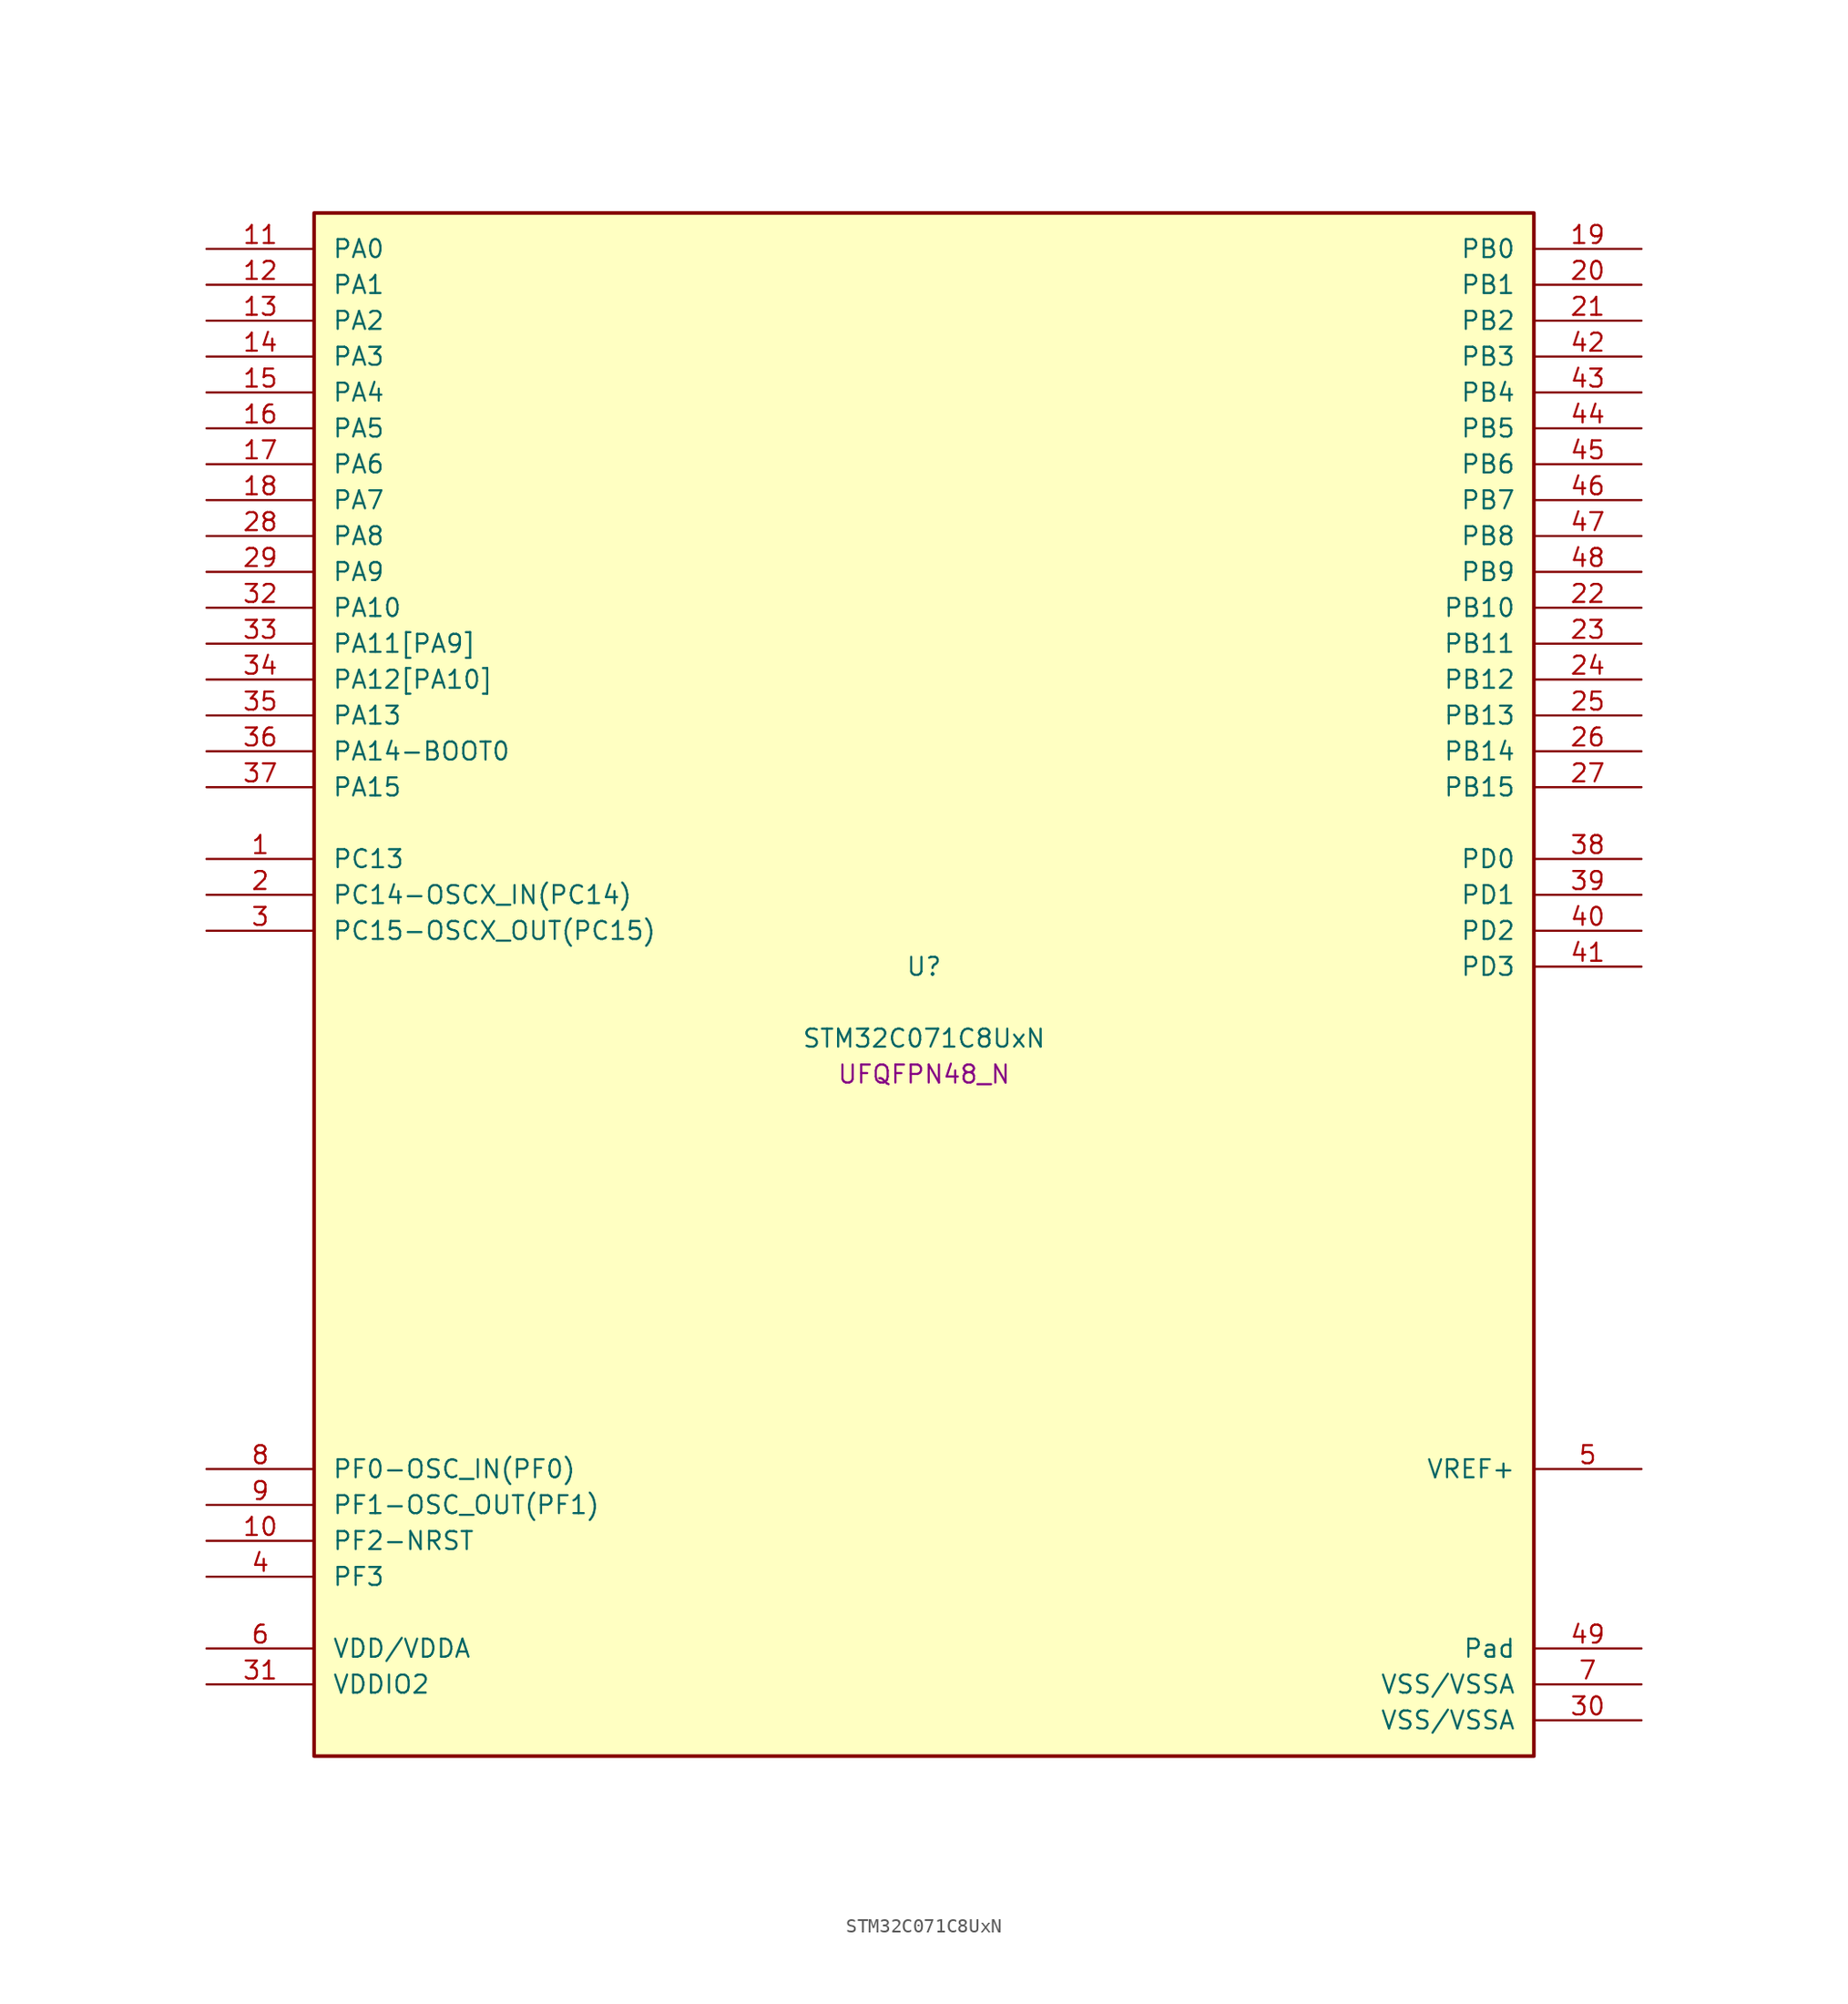
<source format=kicad_sym>
(kicad_symbol_lib
  (version 20241209)
  (generator "stm32_pkl_generator")
  (generator_version "1.0")
  (symbol "STM32C071C8UxN"
    (pin_names
      (offset 1.27))
    (property "Reference" "U"
      (at 0 2.54 0))
    (property "Value" "STM32C071C8UxN"
      (at 0 -2.54 0))
    (property "Footprint" "UFQFPN48_N"
      (at 0 -5.08 0))
    (symbol "STM32C071C8UxN_1_1"
      (rectangle (start -43.18 55.88) (end 43.18 -53.34) (stroke (width 0.254) (type solid)) (fill (type background)))
      (pin bidirectional line (at -50.8 53.34 0) (length 7.62) (name "PA0") (number "11") (alternate "PA0/ADC1_IN0" bidirectional line) (alternate "PA0/PWR_WKUP1" bidirectional line) (alternate "PA0/SPI2_SCK" bidirectional line) (alternate "PA0/TIM16_CH1" bidirectional line) (alternate "PA0/TIM1_CH1" bidirectional line) (alternate "PA0/TIM2_CH1" bidirectional line) (alternate "PA0/TIM2_ETR" bidirectional line) (alternate "PA0/USART1_TX" bidirectional line) (alternate "PA0/USART2_CTS" bidirectional line) (alternate "PA0/USART2_NSS" bidirectional line))
      (pin bidirectional line (at -50.8 50.8 0) (length 7.62) (name "PA1") (number "12") (alternate "PA1/ADC1_IN1" bidirectional line) (alternate "PA1/I2C1_SMBA" bidirectional line) (alternate "PA1/I2S1_CK" bidirectional line) (alternate "PA1/SPI1_SCK" bidirectional line) (alternate "PA1/TIM17_CH1" bidirectional line) (alternate "PA1/TIM1_CH2" bidirectional line) (alternate "PA1/TIM2_CH2" bidirectional line) (alternate "PA1/USART1_RX" bidirectional line) (alternate "PA1/USART2_CK" bidirectional line) (alternate "PA1/USART2_DE" bidirectional line) (alternate "PA1/USART2_RTS" bidirectional line))
      (pin bidirectional line (at -50.8 48.26 0) (length 7.62) (name "PA2") (number "13") (alternate "PA2/ADC1_IN2" bidirectional line) (alternate "PA2/I2S1_SD" bidirectional line) (alternate "PA2/PWR_WKUP4" bidirectional line) (alternate "PA2/RCC_LSCO" bidirectional line) (alternate "PA2/SPI1_MOSI" bidirectional line) (alternate "PA2/TIM16_CH1N" bidirectional line) (alternate "PA2/TIM1_CH3" bidirectional line) (alternate "PA2/TIM2_CH3" bidirectional line) (alternate "PA2/TIM3_ETR" bidirectional line) (alternate "PA2/USART2_TX" bidirectional line))
      (pin bidirectional line (at -50.8 45.72 0) (length 7.62) (name "PA3") (number "14") (alternate "PA3/ADC1_IN3" bidirectional line) (alternate "PA3/SPI2_MISO" bidirectional line) (alternate "PA3/TIM1_CH1N" bidirectional line) (alternate "PA3/TIM1_CH4" bidirectional line) (alternate "PA3/TIM2_CH4" bidirectional line) (alternate "PA3/USART2_RX" bidirectional line))
      (pin bidirectional line (at -50.8 43.18 0) (length 7.62) (name "PA4") (number "15") (alternate "PA4/ADC1_IN4" bidirectional line) (alternate "PA4/I2S1_WS" bidirectional line) (alternate "PA4/RTC_OUT2" bidirectional line) (alternate "PA4/SPI1_NSS" bidirectional line) (alternate "PA4/SPI2_MOSI" bidirectional line) (alternate "PA4/TIM14_CH1" bidirectional line) (alternate "PA4/TIM17_CH1N" bidirectional line) (alternate "PA4/TIM1_CH2N" bidirectional line) (alternate "PA4/USART2_TX" bidirectional line) (alternate "PA4/USB_NOE" bidirectional line))
      (pin bidirectional line (at -50.8 40.64 0) (length 7.62) (name "PA5") (number "16") (alternate "PA5/ADC1_IN5" bidirectional line) (alternate "PA5/I2S1_CK" bidirectional line) (alternate "PA5/SPI1_SCK" bidirectional line) (alternate "PA5/TIM1_CH1" bidirectional line) (alternate "PA5/TIM1_CH3N" bidirectional line) (alternate "PA5/TIM2_CH1" bidirectional line) (alternate "PA5/TIM2_ETR" bidirectional line) (alternate "PA5/USART2_RX" bidirectional line))
      (pin bidirectional line (at -50.8 38.1 0) (length 7.62) (name "PA6") (number "17") (alternate "PA6/ADC1_IN6" bidirectional line) (alternate "PA6/I2C2_SDA" bidirectional line) (alternate "PA6/I2S1_MCK" bidirectional line) (alternate "PA6/SPI1_MISO" bidirectional line) (alternate "PA6/TIM16_CH1" bidirectional line) (alternate "PA6/TIM1_BKIN" bidirectional line) (alternate "PA6/TIM3_CH1" bidirectional line))
      (pin bidirectional line (at -50.8 35.56 0) (length 7.62) (name "PA7") (number "18") (alternate "PA7/ADC1_IN7" bidirectional line) (alternate "PA7/I2C2_SCL" bidirectional line) (alternate "PA7/I2S1_SD" bidirectional line) (alternate "PA7/SPI1_MOSI" bidirectional line) (alternate "PA7/TIM14_CH1" bidirectional line) (alternate "PA7/TIM17_CH1" bidirectional line) (alternate "PA7/TIM1_CH1N" bidirectional line) (alternate "PA7/TIM3_CH2" bidirectional line))
      (pin bidirectional line (at -50.8 33.02 0) (length 7.62) (name "PA8") (number "28") (alternate "PA8/ADC1_IN8" bidirectional line) (alternate "PA8/CRS_SYNC" bidirectional line) (alternate "PA8/I2S1_WS" bidirectional line) (alternate "PA8/RCC_MCO" bidirectional line) (alternate "PA8/RCC_MCO_2" bidirectional line) (alternate "PA8/SPI1_NSS" bidirectional line) (alternate "PA8/SPI2_MISO" bidirectional line) (alternate "PA8/SPI2_NSS" bidirectional line) (alternate "PA8/TIM14_CH1" bidirectional line) (alternate "PA8/TIM1_CH1" bidirectional line) (alternate "PA8/TIM1_CH2N" bidirectional line) (alternate "PA8/TIM1_CH3N" bidirectional line) (alternate "PA8/TIM3_CH3" bidirectional line) (alternate "PA8/TIM3_CH4" bidirectional line) (alternate "PA8/USART1_RX" bidirectional line) (alternate "PA8/USART2_TX" bidirectional line))
      (pin bidirectional line (at -50.8 30.48 0) (length 7.62) (name "PA9") (number "29") (alternate "PA9/I2C1_SCL" bidirectional line) (alternate "PA9/I2C2_SCL" bidirectional line) (alternate "PA9/RCC_MCO" bidirectional line) (alternate "PA9/SPI2_MISO" bidirectional line) (alternate "PA9/TIM1_CH2" bidirectional line) (alternate "PA9/TIM3_ETR" bidirectional line) (alternate "PA9/USART1_TX" bidirectional line) (alternate "PA9/NC" bidirectional line))
      (pin bidirectional line (at -50.8 27.94 0) (length 7.62) (name "PA10") (number "32") (alternate "PA10/I2C1_SDA" bidirectional line) (alternate "PA10/I2C2_SDA" bidirectional line) (alternate "PA10/RCC_MCO_2" bidirectional line) (alternate "PA10/SPI2_MOSI" bidirectional line) (alternate "PA10/TIM17_BKIN" bidirectional line) (alternate "PA10/TIM1_CH3" bidirectional line) (alternate "PA10/USART1_RX" bidirectional line) (alternate "PA10/NC" bidirectional line))
      (pin bidirectional line (at -50.8 25.4 0) (length 7.62) (name "PA11[PA9]") (number "33") (alternate "PA11[PA9]/ADC1_EXTI11" bidirectional line) (alternate "PA11[PA9]/I2C2_SCL" bidirectional line) (alternate "PA11[PA9]/I2S1_MCK" bidirectional line) (alternate "PA11[PA9]/SPI1_MISO" bidirectional line) (alternate "PA11[PA9]/TIM1_BKIN2" bidirectional line) (alternate "PA11[PA9]/TIM1_CH4" bidirectional line) (alternate "PA11[PA9]/USART1_CTS" bidirectional line) (alternate "PA11[PA9]/USART1_NSS" bidirectional line) (alternate "PA11[PA9]/USB_DM" bidirectional line) (alternate "PA11[PA9]/PA9[PA11]" bidirectional line) (alternate "PA11[PA9]/I2C1_SCL" bidirectional line) (alternate "PA11[PA9]/RCC_MCO" bidirectional line) (alternate "PA11[PA9]/SPI2_MISO" bidirectional line) (alternate "PA11[PA9]/TIM1_CH2" bidirectional line) (alternate "PA11[PA9]/TIM3_ETR" bidirectional line) (alternate "PA11[PA9]/USART1_TX" bidirectional line))
      (pin bidirectional line (at -50.8 22.86 0) (length 7.62) (name "PA12[PA10]") (number "34") (alternate "PA12[PA10]/I2C2_SDA" bidirectional line) (alternate "PA12[PA10]/I2S1_SD" bidirectional line) (alternate "PA12[PA10]/I2S_CKIN" bidirectional line) (alternate "PA12[PA10]/SPI1_MOSI" bidirectional line) (alternate "PA12[PA10]/TIM1_ETR" bidirectional line) (alternate "PA12[PA10]/USART1_CK" bidirectional line) (alternate "PA12[PA10]/USART1_DE" bidirectional line) (alternate "PA12[PA10]/USART1_RTS" bidirectional line) (alternate "PA12[PA10]/USB_DP" bidirectional line) (alternate "PA12[PA10]/PA10[PA12]" bidirectional line) (alternate "PA12[PA10]/I2C1_SDA" bidirectional line) (alternate "PA12[PA10]/RCC_MCO_2" bidirectional line) (alternate "PA12[PA10]/SPI2_MOSI" bidirectional line) (alternate "PA12[PA10]/TIM17_BKIN" bidirectional line) (alternate "PA12[PA10]/TIM1_CH3" bidirectional line) (alternate "PA12[PA10]/USART1_RX" bidirectional line))
      (pin bidirectional line (at -50.8 20.32 0) (length 7.62) (name "PA13") (number "35") (alternate "PA13/ADC1_IN13" bidirectional line) (alternate "PA13/DEBUG_SWDIO" bidirectional line) (alternate "PA13/IR_OUT" bidirectional line) (alternate "PA13/TIM3_ETR" bidirectional line) (alternate "PA13/USART2_RX" bidirectional line) (alternate "PA13/USB_NOE" bidirectional line))
      (pin bidirectional line (at -50.8 17.78 0) (length 7.62) (name "PA14-BOOT0") (number "36") (alternate "PA14-BOOT0/ADC1_IN14" bidirectional line) (alternate "PA14-BOOT0/DEBUG_SWCLK" bidirectional line) (alternate "PA14-BOOT0/I2S1_WS" bidirectional line) (alternate "PA14-BOOT0/RCC_MCO_2" bidirectional line) (alternate "PA14-BOOT0/SPI1_NSS" bidirectional line) (alternate "PA14-BOOT0/TIM1_CH1" bidirectional line) (alternate "PA14-BOOT0/USART1_CK" bidirectional line) (alternate "PA14-BOOT0/USART1_DE" bidirectional line) (alternate "PA14-BOOT0/USART1_RTS" bidirectional line) (alternate "PA14-BOOT0/USART2_RX" bidirectional line) (alternate "PA14-BOOT0/USART2_TX" bidirectional line))
      (pin bidirectional line (at -50.8 15.24 0) (length 7.62) (name "PA15") (number "37") (alternate "PA15/I2S1_WS" bidirectional line) (alternate "PA15/RCC_MCO_2" bidirectional line) (alternate "PA15/SPI1_NSS" bidirectional line) (alternate "PA15/TIM1_CH1" bidirectional line) (alternate "PA15/TIM2_CH1" bidirectional line) (alternate "PA15/TIM2_ETR" bidirectional line) (alternate "PA15/USART1_CK" bidirectional line) (alternate "PA15/USART1_DE" bidirectional line) (alternate "PA15/USART1_RTS" bidirectional line) (alternate "PA15/USART2_RX" bidirectional line) (alternate "PA15/USB_NOE" bidirectional line))
      (pin bidirectional line (at 50.8 53.34 180) (length 7.62) (name "PB0") (number "19") (alternate "PB0/ADC1_IN17" bidirectional line) (alternate "PB0/I2S1_WS" bidirectional line) (alternate "PB0/SPI1_NSS" bidirectional line) (alternate "PB0/TIM1_CH2N" bidirectional line) (alternate "PB0/TIM3_CH3" bidirectional line))
      (pin bidirectional line (at 50.8 50.8 180) (length 7.62) (name "PB1") (number "20") (alternate "PB1/ADC1_IN18" bidirectional line) (alternate "PB1/TIM14_CH1" bidirectional line) (alternate "PB1/TIM1_CH2N" bidirectional line) (alternate "PB1/TIM1_CH3N" bidirectional line) (alternate "PB1/TIM3_CH4" bidirectional line))
      (pin bidirectional line (at 50.8 48.26 180) (length 7.62) (name "PB2") (number "21") (alternate "PB2/ADC1_IN19" bidirectional line) (alternate "PB2/RCC_MCO_2" bidirectional line) (alternate "PB2/SPI2_MISO" bidirectional line) (alternate "PB2/USART1_RX" bidirectional line))
      (pin bidirectional line (at 50.8 45.72 180) (length 7.62) (name "PB3") (number "42") (alternate "PB3/I2C2_SCL" bidirectional line) (alternate "PB3/I2S1_CK" bidirectional line) (alternate "PB3/SPI1_SCK" bidirectional line) (alternate "PB3/TIM1_CH2" bidirectional line) (alternate "PB3/TIM2_CH2" bidirectional line) (alternate "PB3/TIM3_CH2" bidirectional line) (alternate "PB3/USART1_CK" bidirectional line) (alternate "PB3/USART1_DE" bidirectional line) (alternate "PB3/USART1_RTS" bidirectional line))
      (pin bidirectional line (at 50.8 43.18 180) (length 7.62) (name "PB4") (number "43") (alternate "PB4/I2C2_SDA" bidirectional line) (alternate "PB4/I2S1_MCK" bidirectional line) (alternate "PB4/SPI1_MISO" bidirectional line) (alternate "PB4/TIM17_BKIN" bidirectional line) (alternate "PB4/TIM3_CH1" bidirectional line) (alternate "PB4/USART1_CTS" bidirectional line) (alternate "PB4/USART1_NSS" bidirectional line))
      (pin bidirectional line (at 50.8 40.64 180) (length 7.62) (name "PB5") (number "44") (alternate "PB5/I2C1_SMBA" bidirectional line) (alternate "PB5/I2S1_SD" bidirectional line) (alternate "PB5/PWR_WKUP6" bidirectional line) (alternate "PB5/SPI1_MOSI" bidirectional line) (alternate "PB5/TIM16_BKIN" bidirectional line) (alternate "PB5/TIM3_CH2" bidirectional line) (alternate "PB5/TIM3_CH3" bidirectional line))
      (pin bidirectional line (at 50.8 38.1 180) (length 7.62) (name "PB6") (number "45") (alternate "PB6/I2C1_SCL" bidirectional line) (alternate "PB6/I2C1_SMBA" bidirectional line) (alternate "PB6/I2S1_CK" bidirectional line) (alternate "PB6/I2S1_MCK" bidirectional line) (alternate "PB6/I2S1_SD" bidirectional line) (alternate "PB6/PWR_WKUP3" bidirectional line) (alternate "PB6/SPI1_MISO" bidirectional line) (alternate "PB6/SPI1_MOSI" bidirectional line) (alternate "PB6/SPI1_SCK" bidirectional line) (alternate "PB6/SPI2_MISO" bidirectional line) (alternate "PB6/TIM16_BKIN" bidirectional line) (alternate "PB6/TIM16_CH1N" bidirectional line) (alternate "PB6/TIM17_BKIN" bidirectional line) (alternate "PB6/TIM1_CH2" bidirectional line) (alternate "PB6/TIM1_CH3" bidirectional line) (alternate "PB6/TIM3_CH1" bidirectional line) (alternate "PB6/TIM3_CH2" bidirectional line) (alternate "PB6/TIM3_CH3" bidirectional line) (alternate "PB6/USART1_CTS" bidirectional line) (alternate "PB6/USART1_NSS" bidirectional line) (alternate "PB6/USART1_TX" bidirectional line))
      (pin bidirectional line (at 50.8 35.56 180) (length 7.62) (name "PB7") (number "46") (alternate "PB7/I2C1_SCL" bidirectional line) (alternate "PB7/I2C1_SDA" bidirectional line) (alternate "PB7/SPI2_MOSI" bidirectional line) (alternate "PB7/TIM16_CH1" bidirectional line) (alternate "PB7/TIM17_CH1N" bidirectional line) (alternate "PB7/TIM1_CH4" bidirectional line) (alternate "PB7/TIM3_CH1" bidirectional line) (alternate "PB7/TIM3_CH4" bidirectional line) (alternate "PB7/USART1_RX" bidirectional line) (alternate "PB7/USART2_CTS" bidirectional line) (alternate "PB7/USART2_NSS" bidirectional line))
      (pin bidirectional line (at 50.8 33.02 180) (length 7.62) (name "PB8") (number "47") (alternate "PB8/I2C1_SCL" bidirectional line) (alternate "PB8/SPI2_SCK" bidirectional line) (alternate "PB8/TIM16_CH1" bidirectional line) (alternate "PB8/TIM3_CH1" bidirectional line) (alternate "PB8/USART2_CTS" bidirectional line) (alternate "PB8/USART2_NSS" bidirectional line))
      (pin bidirectional line (at 50.8 30.48 180) (length 7.62) (name "PB9") (number "48") (alternate "PB9/I2C1_SDA" bidirectional line) (alternate "PB9/IR_OUT" bidirectional line) (alternate "PB9/SPI2_NSS" bidirectional line) (alternate "PB9/TIM17_CH1" bidirectional line) (alternate "PB9/TIM3_CH2" bidirectional line) (alternate "PB9/USART2_CK" bidirectional line) (alternate "PB9/USART2_DE" bidirectional line) (alternate "PB9/USART2_RTS" bidirectional line))
      (pin bidirectional line (at 50.8 27.94 180) (length 7.62) (name "PB10") (number "22") (alternate "PB10/ADC1_IN20" bidirectional line) (alternate "PB10/I2C2_SCL" bidirectional line) (alternate "PB10/SPI2_SCK" bidirectional line) (alternate "PB10/TIM2_CH3" bidirectional line))
      (pin bidirectional line (at 50.8 25.4 180) (length 7.62) (name "PB11") (number "23") (alternate "PB11/ADC1_EXTI11" bidirectional line) (alternate "PB11/ADC1_IN21" bidirectional line) (alternate "PB11/I2C2_SDA" bidirectional line) (alternate "PB11/SPI2_MOSI" bidirectional line) (alternate "PB11/TIM2_CH4" bidirectional line))
      (pin bidirectional line (at 50.8 22.86 180) (length 7.62) (name "PB12") (number "24") (alternate "PB12/ADC1_IN22" bidirectional line) (alternate "PB12/SPI2_NSS" bidirectional line) (alternate "PB12/TIM1_BKIN" bidirectional line) (alternate "PB12/TIM1_BKIN2" bidirectional line))
      (pin bidirectional line (at 50.8 20.32 180) (length 7.62) (name "PB13") (number "25") (alternate "PB13/I2C2_SCL" bidirectional line) (alternate "PB13/SPI2_SCK" bidirectional line) (alternate "PB13/TIM1_CH1N" bidirectional line))
      (pin bidirectional line (at 50.8 17.78 180) (length 7.62) (name "PB14") (number "26") (alternate "PB14/I2C2_SDA" bidirectional line) (alternate "PB14/SPI2_MISO" bidirectional line) (alternate "PB14/TIM1_CH2N" bidirectional line))
      (pin bidirectional line (at 50.8 15.24 180) (length 7.62) (name "PB15") (number "27") (alternate "PB15/RTC_REFIN" bidirectional line) (alternate "PB15/SPI2_MOSI" bidirectional line) (alternate "PB15/TIM1_CH3N" bidirectional line))
      (pin bidirectional line (at -50.8 10.16 0) (length 7.62) (name "PC13") (number "1") (alternate "PC13/PWR_WKUP2" bidirectional line) (alternate "PC13/RTC_OUT1" bidirectional line) (alternate "PC13/RTC_TS" bidirectional line) (alternate "PC13/TIM1_BKIN" bidirectional line) (alternate "PC13/TIM1_ETR" bidirectional line))
      (pin bidirectional line (at -50.8 7.62 0) (length 7.62) (name "PC14-OSCX_IN(PC14)") (number "2") (alternate "PC14-OSCX_IN(PC14)/I2C1_SDA" bidirectional line) (alternate "PC14-OSCX_IN(PC14)/IR_OUT" bidirectional line) (alternate "PC14-OSCX_IN(PC14)/RCC_OSCX_IN" bidirectional line) (alternate "PC14-OSCX_IN(PC14)/SPI2_NSS" bidirectional line) (alternate "PC14-OSCX_IN(PC14)/TIM17_CH1" bidirectional line) (alternate "PC14-OSCX_IN(PC14)/TIM1_BKIN2" bidirectional line) (alternate "PC14-OSCX_IN(PC14)/TIM1_ETR" bidirectional line) (alternate "PC14-OSCX_IN(PC14)/TIM3_CH2" bidirectional line) (alternate "PC14-OSCX_IN(PC14)/USART1_TX" bidirectional line) (alternate "PC14-OSCX_IN(PC14)/USART2_CK" bidirectional line) (alternate "PC14-OSCX_IN(PC14)/USART2_DE" bidirectional line) (alternate "PC14-OSCX_IN(PC14)/USART2_RTS" bidirectional line))
      (pin bidirectional line (at -50.8 5.08 0) (length 7.62) (name "PC15-OSCX_OUT(PC15)") (number "3") (alternate "PC15-OSCX_OUT(PC15)/RCC_OSC32_EN" bidirectional line) (alternate "PC15-OSCX_OUT(PC15)/RCC_OSCX_OUT" bidirectional line) (alternate "PC15-OSCX_OUT(PC15)/RCC_OSC_EN" bidirectional line) (alternate "PC15-OSCX_OUT(PC15)/TIM1_ETR" bidirectional line) (alternate "PC15-OSCX_OUT(PC15)/TIM3_CH3" bidirectional line))
      (pin bidirectional line (at 50.8 10.16 180) (length 7.62) (name "PD0") (number "38") (alternate "PD0/SPI2_NSS" bidirectional line) (alternate "PD0/TIM16_CH1" bidirectional line))
      (pin bidirectional line (at 50.8 7.62 180) (length 7.62) (name "PD1") (number "39") (alternate "PD1/SPI2_SCK" bidirectional line) (alternate "PD1/TIM17_CH1" bidirectional line))
      (pin bidirectional line (at 50.8 5.08 180) (length 7.62) (name "PD2") (number "40") (alternate "PD2/TIM1_CH1N" bidirectional line) (alternate "PD2/TIM3_ETR" bidirectional line))
      (pin bidirectional line (at 50.8 2.54 180) (length 7.62) (name "PD3") (number "41") (alternate "PD3/SPI2_MISO" bidirectional line) (alternate "PD3/TIM1_CH2N" bidirectional line) (alternate "PD3/USART2_CTS" bidirectional line) (alternate "PD3/USART2_NSS" bidirectional line))
      (pin bidirectional line (at -50.8 -33.02 0) (length 7.62) (name "PF0-OSC_IN(PF0)") (number "8") (alternate "PF0-OSC_IN(PF0)/CRS_SYNC" bidirectional line) (alternate "PF0-OSC_IN(PF0)/RCC_OSC_IN" bidirectional line) (alternate "PF0-OSC_IN(PF0)/TIM14_CH1" bidirectional line))
      (pin bidirectional line (at -50.8 -35.56 0) (length 7.62) (name "PF1-OSC_OUT(PF1)") (number "9") (alternate "PF1-OSC_OUT(PF1)/RCC_OSC_EN" bidirectional line) (alternate "PF1-OSC_OUT(PF1)/RCC_OSC_OUT" bidirectional line))
      (pin bidirectional line (at -50.8 -38.1 0) (length 7.62) (name "PF2-NRST") (number "10") (alternate "PF2-NRST/RCC_MCO" bidirectional line) (alternate "PF2-NRST/TIM1_CH4" bidirectional line))
      (pin bidirectional line (at -50.8 -40.64 0) (length 7.62) (name "PF3") (number "4"))
      (pin bidirectional line (at 50.8 -33.02 180) (length 7.62) (name "VREF+") (number "5"))
      (pin power_in line (at -50.8 -45.72 0) (length 7.62) (name "VDD/VDDA") (number "6"))
      (pin power_in line (at -50.8 -48.26 0) (length 7.62) (name "VDDIO2") (number "31"))
      (pin passive line (at 50.8 -45.72 180) (length 7.62) (name "Pad") (number "49"))
      (pin power_in line (at 50.8 -48.26 180) (length 7.62) (name "VSS/VSSA") (number "7"))
      (pin power_in line (at 50.8 -50.8 180) (length 7.62) (name "VSS/VSSA") (number "30")))))
</source>
